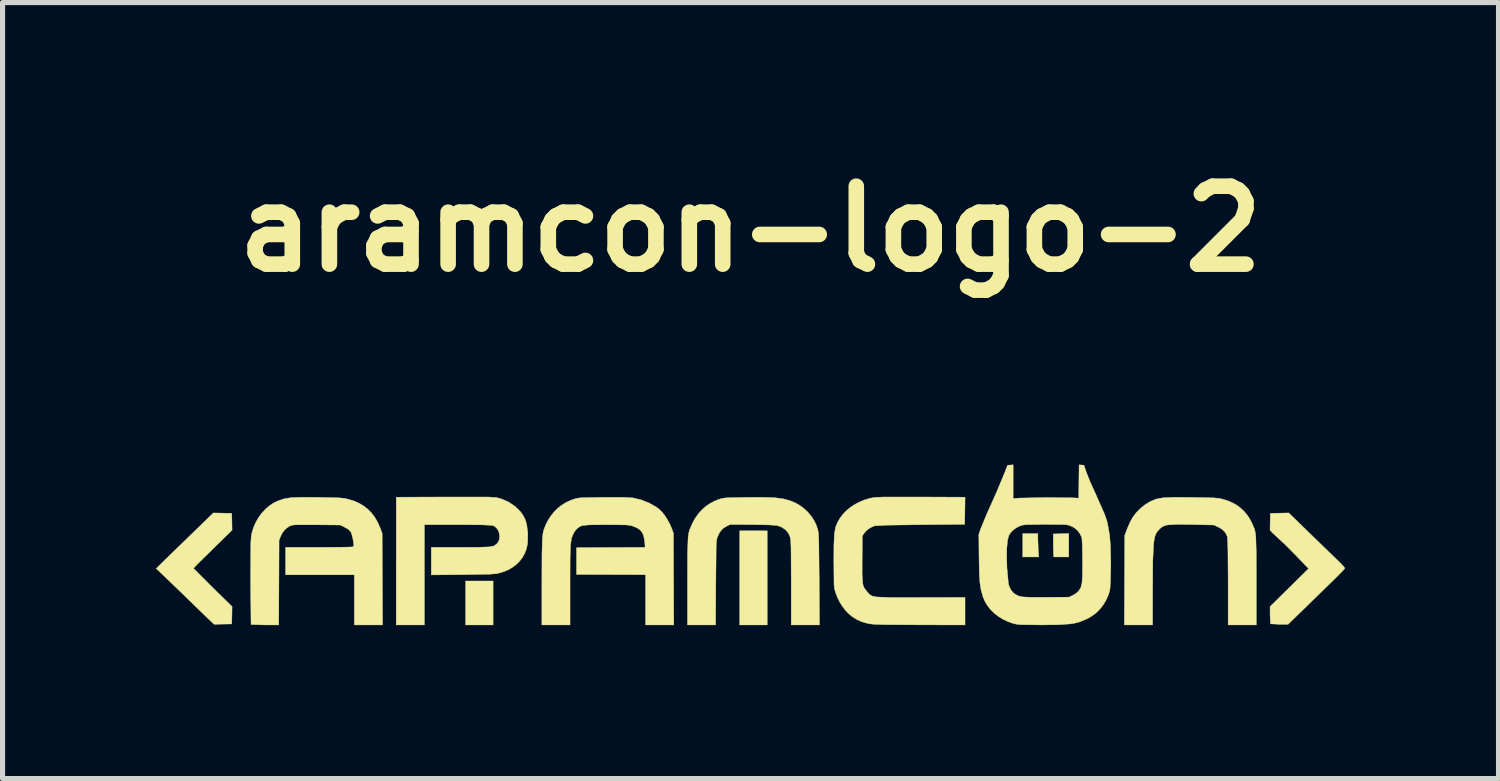
<source format=kicad_pcb>
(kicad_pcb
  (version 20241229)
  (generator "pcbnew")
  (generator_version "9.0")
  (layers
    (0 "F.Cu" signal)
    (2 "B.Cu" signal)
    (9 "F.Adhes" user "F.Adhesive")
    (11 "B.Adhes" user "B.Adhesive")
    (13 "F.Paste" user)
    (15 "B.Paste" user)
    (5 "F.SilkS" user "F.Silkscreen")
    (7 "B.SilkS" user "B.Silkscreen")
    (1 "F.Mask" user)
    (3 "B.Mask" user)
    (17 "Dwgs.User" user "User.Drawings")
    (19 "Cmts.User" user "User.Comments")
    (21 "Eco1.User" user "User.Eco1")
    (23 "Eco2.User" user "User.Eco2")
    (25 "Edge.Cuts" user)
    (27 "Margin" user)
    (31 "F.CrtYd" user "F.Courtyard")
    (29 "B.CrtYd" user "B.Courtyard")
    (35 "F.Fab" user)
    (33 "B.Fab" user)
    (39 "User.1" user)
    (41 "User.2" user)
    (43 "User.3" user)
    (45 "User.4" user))
  (footprint "aramcon-logo-2"
    (layer "F.Cu")
    (at 11.629 7.607)
    (property "Reference" "aramcon-logo-2" (at 0 -6.18 0) (layer "F.SilkS") (effects (font (size 1.524 1.524) (thickness 0.305))))
    (attr smd)
    (fp_poly (pts (xy -5.572 1.136) (xy -5.572 0.706) (xy -5.304 0.706) (xy -5.035 0.706) (xy -5.035 1.136) (xy -5.035 1.566) (xy -5.304 1.566) (xy -5.572 1.566) (xy -5.572 1.136)) (stroke (width 0.008) (type solid)) (fill yes) (layer "F.SilkS"))
    (fp_poly (pts (xy -0.212 0.646) (xy -0.212 -0.275) (xy 0.057 -0.275) (xy 0.326 -0.275) (xy 0.326 0.646) (xy 0.326 1.566) (xy 0.057 1.566) (xy -0.212 1.566) (xy -0.212 0.646)) (stroke (width 0.008) (type solid)) (fill yes) (layer "F.SilkS"))
    (fp_poly (pts (xy 5.925 0.185) (xy 5.92 -0.04) (xy 5.922 -0.214) (xy 6.073 -0.218) (xy 6.224 -0.222) (xy 6.224 0.007) (xy 6.224 0.236) (xy 6.078 0.236) (xy 5.931 0.236) (xy 5.925 0.186) (xy 5.925 0.185)) (stroke (width 0.008) (type solid)) (fill yes) (layer "F.SilkS"))
    (fp_poly (pts (xy 5.324 0.007) (xy 5.324 -0.221) (xy 5.472 -0.221) (xy 5.619 -0.221) (xy 5.62 -0.103) (xy 5.628 0.125) (xy 5.637 0.236) (xy 5.48 0.236) (xy 5.324 0.236) (xy 5.324 0.007) (xy 5.324 0.007) (xy 5.324 0.007)) (stroke (width 0.008) (type solid)) (fill yes) (layer "F.SilkS"))
    (fp_poly (pts (xy -10.615 1.436) (xy -11.055 1.009) (xy -11.498 0.581) (xy -11.625 0.462) (xy -11.423 0.265) (xy -10.863 -0.279) (xy -10.506 -0.625) (xy -10.326 -0.621) (xy -10.147 -0.617) (xy -10.143 -0.453) (xy -10.14 -0.289) (xy -10.446 0.01) (xy -10.824 0.382) (xy -10.881 0.442) (xy -10.893 0.461) (xy -10.516 0.839) (xy -10.14 1.206) (xy -10.143 1.376) (xy -10.147 1.546) (xy -10.319 1.549) (xy -10.491 1.553) (xy -10.615 1.436) (xy -10.615 1.436)) (stroke (width 0.008) (type solid)) (fill yes) (layer "F.SilkS"))
    (fp_poly (pts (xy 10.169 1.543) (xy 10.161 1.371) (xy 10.161 1.206) (xy 10.538 0.835) (xy 10.915 0.464) (xy 10.669 0.209) (xy 10.472 0.009) (xy 10.341 -0.113) (xy 10.209 -0.235) (xy 10.16 -0.289) (xy 10.163 -0.453) (xy 10.167 -0.617) (xy 10.347 -0.621) (xy 10.527 -0.625) (xy 10.696 -0.46) (xy 11.121 -0.046) (xy 11.501 0.32) (xy 11.588 0.409) (xy 11.625 0.456) (xy 11.581 0.508) (xy 11.429 0.661) (xy 10.669 1.401) (xy 10.513 1.553) (xy 10.346 1.553) (xy 10.169 1.544) (xy 10.169 1.544) (xy 10.169 1.543)) (stroke (width 0.008) (type solid)) (fill yes) (layer "F.SilkS"))
    (fp_poly (pts (xy -6.929 0.316) (xy -6.929 -0.933) (xy -6.187 -0.936) (xy -5.124 -0.936) (xy -4.965 -0.925) (xy -4.878 -0.901) (xy -4.734 -0.839) (xy -4.607 -0.754) (xy -4.501 -0.65) (xy -4.458 -0.592) (xy -4.424 -0.532) (xy -4.398 -0.469) (xy -4.378 -0.395) (xy -4.356 -0.228) (xy -4.359 -0.057) (xy -4.37 0.022) (xy -4.389 0.094) (xy -4.422 0.176) (xy -4.466 0.253) (xy -4.52 0.322) (xy -4.583 0.384) (xy -4.655 0.438) (xy -4.735 0.485) (xy -4.824 0.523) (xy -4.921 0.552) (xy -4.992 0.565) (xy -5.108 0.573) (xy -5.63 0.582) (xy -6.244 0.587) (xy -6.244 0.318) (xy -6.244 0.048) (xy -5.669 0.048) (xy -5.311 0.046) (xy -5.113 0.039) (xy -5.018 0.02) (xy -4.966 -0.016) (xy -4.932 -0.059) (xy -4.913 -0.11) (xy -4.907 -0.166) (xy -4.913 -0.222) (xy -4.931 -0.276) (xy -4.96 -0.322) (xy -4.998 -0.359) (xy -5.046 -0.382) (xy -5.255 -0.392) (xy -5.737 -0.396) (xy -6.379 -0.396) (xy -6.379 0.585) (xy -6.379 1.566) (xy -6.654 1.566) (xy -6.93 1.566) (xy -6.93 0.316) (xy -6.929 0.316)) (stroke (width 0.008) (type solid)) (fill yes) (layer "F.SilkS"))
    (fp_poly (pts (xy 7.315 0.689) (xy 7.319 -0.187) (xy 7.369 -0.32) (xy 7.42 -0.438) (xy 7.474 -0.538) (xy 7.543 -0.629) (xy 7.628 -0.715) (xy 7.72 -0.789) (xy 7.812 -0.845) (xy 7.93 -0.895) (xy 8.064 -0.921) (xy 8.273 -0.931) (xy 8.615 -0.929) (xy 9.058 -0.92) (xy 9.156 -0.911) (xy 9.23 -0.895) (xy 9.329 -0.865) (xy 9.419 -0.826) (xy 9.503 -0.78) (xy 9.578 -0.726) (xy 9.646 -0.663) (xy 9.707 -0.593) (xy 9.76 -0.514) (xy 9.806 -0.427) (xy 9.857 -0.308) (xy 9.872 -0.242) (xy 9.882 -0.155) (xy 9.891 0.142) (xy 9.892 0.695) (xy 9.892 1.566) (xy 9.616 1.566) (xy 9.341 1.566) (xy 9.341 0.73) (xy 9.337 0.11) (xy 9.328 -0.153) (xy 9.304 -0.212) (xy 9.267 -0.264) (xy 9.218 -0.308) (xy 9.155 -0.345) (xy 9.066 -0.389) (xy 8.643 -0.398) (xy 8.338 -0.402) (xy 8.159 -0.391) (xy 8.102 -0.377) (xy 8.057 -0.357) (xy 8.019 -0.329) (xy 7.981 -0.292) (xy 7.946 -0.249) (xy 7.918 -0.196) (xy 7.898 -0.123) (xy 7.883 -0.02) (xy 7.867 0.315) (xy 7.864 0.891) (xy 7.863 1.566) (xy 7.587 1.566) (xy 7.311 1.566) (xy 7.315 0.689) (xy 7.315 0.689)) (stroke (width 0.008) (type solid)) (fill yes) (layer "F.SilkS"))
    (fp_poly (pts (xy -1.233 0.711) (xy -1.232 0.157) (xy -1.221 -0.14) (xy -1.209 -0.229) (xy -1.191 -0.297) (xy -1.131 -0.433) (xy -1.088 -0.512) (xy -1.038 -0.585) (xy -0.982 -0.653) (xy -0.92 -0.715) (xy -0.852 -0.77) (xy -0.78 -0.817) (xy -0.704 -0.857) (xy -0.624 -0.889) (xy -0.553 -0.91) (xy -0.47 -0.921) (xy -0.051 -0.93) (xy 0.269 -0.93) (xy 0.49 -0.921) (xy 0.649 -0.899) (xy 0.784 -0.861) (xy 0.877 -0.821) (xy 0.965 -0.771) (xy 1.046 -0.71) (xy 1.12 -0.641) (xy 1.185 -0.564) (xy 1.24 -0.481) (xy 1.284 -0.392) (xy 1.315 -0.3) (xy 1.328 -0.226) (xy 1.335 -0.079) (xy 1.343 0.676) (xy 1.348 1.566) (xy 1.072 1.566) (xy 0.796 1.566) (xy 0.796 0.742) (xy 0.792 0.054) (xy 0.786 -0.086) (xy 0.775 -0.152) (xy 0.74 -0.231) (xy 0.685 -0.296) (xy 0.612 -0.346) (xy 0.52 -0.38) (xy 0.362 -0.391) (xy 0.034 -0.397) (xy -0.4 -0.399) (xy -0.474 -0.363) (xy -0.53 -0.328) (xy -0.577 -0.282) (xy -0.617 -0.222) (xy -0.65 -0.147) (xy -0.664 -0.09) (xy -0.672 0.034) (xy -0.679 0.743) (xy -0.683 1.566) (xy -0.958 1.566) (xy -1.233 1.566) (xy -1.233 0.711) (xy -1.233 0.711)) (stroke (width 0.008) (type solid)) (fill yes) (layer "F.SilkS"))
    (fp_poly (pts (xy 2.336 1.544) (xy 2.24 1.523) (xy 2.152 1.493) (xy 2.071 1.455) (xy 1.996 1.408) (xy 1.927 1.352) (xy 1.863 1.287) (xy 1.804 1.211) (xy 1.749 1.126) (xy 1.701 1.031) (xy 1.662 0.93) (xy 1.643 0.862) (xy 1.633 0.774) (xy 1.629 0.319) (xy 1.631 -0.013) (xy 1.641 -0.218) (xy 1.663 -0.345) (xy 1.702 -0.442) (xy 1.749 -0.522) (xy 1.805 -0.597) (xy 1.872 -0.666) (xy 1.947 -0.73) (xy 2.031 -0.786) (xy 2.121 -0.835) (xy 2.218 -0.876) (xy 2.321 -0.908) (xy 2.417 -0.927) (xy 2.584 -0.936) (xy 3.52 -0.936) (xy 4.196 -0.933) (xy 4.192 -0.668) (xy 4.188 -0.402) (xy 3.328 -0.395) (xy 2.659 -0.386) (xy 2.424 -0.373) (xy 2.363 -0.346) (xy 2.308 -0.313) (xy 2.262 -0.275) (xy 2.226 -0.233) (xy 2.186 -0.176) (xy 2.183 0.273) (xy 2.182 0.576) (xy 2.193 0.747) (xy 2.205 0.801) (xy 2.223 0.843) (xy 2.282 0.919) (xy 2.316 0.958) (xy 2.35 0.986) (xy 2.398 1.006) (xy 2.472 1.019) (xy 2.76 1.03) (xy 3.325 1.029) (xy 4.195 1.027) (xy 4.195 1.296) (xy 4.195 1.566) (xy 3.319 1.564) (xy 2.598 1.559) (xy 2.427 1.553) (xy 2.336 1.544) (xy 2.336 1.544) (xy 2.336 1.544)) (stroke (width 0.008) (type solid)) (fill yes) (layer "F.SilkS"))
    (fp_poly (pts (xy -9.769 1.557) (xy -9.778 0.706) (xy -9.774 -0.029) (xy -9.766 -0.164) (xy -9.751 -0.242) (xy -9.718 -0.347) (xy -9.673 -0.447) (xy -9.618 -0.541) (xy -9.554 -0.627) (xy -9.481 -0.704) (xy -9.402 -0.771) (xy -9.318 -0.825) (xy -9.229 -0.866) (xy -9.112 -0.904) (xy -8.98 -0.924) (xy -8.784 -0.931) (xy -8.47 -0.93) (xy -8.043 -0.92) (xy -7.945 -0.91) (xy -7.87 -0.894) (xy -7.76 -0.86) (xy -7.659 -0.816) (xy -7.568 -0.762) (xy -7.487 -0.699) (xy -7.414 -0.625) (xy -7.35 -0.541) (xy -7.295 -0.446) (xy -7.248 -0.341) (xy -7.205 -0.228) (xy -7.201 0.669) (xy -7.197 1.566) (xy -7.473 1.566) (xy -7.749 1.566) (xy -7.749 1.075) (xy -7.749 0.585) (xy -8.421 0.585) (xy -9.093 0.585) (xy -9.093 0.316) (xy -9.093 0.048) (xy -8.429 0.048) (xy -7.912 0.044) (xy -7.797 0.04) (xy -7.76 0.032) (xy -7.761 -0.021) (xy -7.775 -0.109) (xy -7.797 -0.199) (xy -7.818 -0.257) (xy -7.861 -0.301) (xy -7.935 -0.345) (xy -8.024 -0.389) (xy -8.49 -0.393) (xy -8.899 -0.393) (xy -8.971 -0.385) (xy -9.011 -0.369) (xy -9.068 -0.333) (xy -9.117 -0.288) (xy -9.158 -0.233) (xy -9.189 -0.171) (xy -9.221 -0.093) (xy -9.224 0.736) (xy -9.228 1.566) (xy -9.494 1.566) (xy -9.769 1.557) (xy -9.769 1.557)) (stroke (width 0.008) (type solid)) (fill yes) (layer "F.SilkS"))
    (fp_poly (pts (xy -4.081 0.716) (xy -4.079 0.167) (xy -4.07 -0.134) (xy -4.059 -0.225) (xy -4.044 -0.293) (xy -3.995 -0.414) (xy -3.95 -0.498) (xy -3.899 -0.575) (xy -3.841 -0.646) (xy -3.778 -0.71) (xy -3.708 -0.766) (xy -3.634 -0.815) (xy -3.554 -0.856) (xy -3.47 -0.889) (xy -3.4 -0.91) (xy -3.315 -0.922) (xy -2.881 -0.93) (xy -2.5 -0.93) (xy -2.304 -0.92) (xy -2.143 -0.882) (xy -1.985 -0.82) (xy -1.847 -0.742) (xy -1.789 -0.699) (xy -1.741 -0.654) (xy -1.684 -0.584) (xy -1.628 -0.497) (xy -1.578 -0.405) (xy -1.539 -0.315) (xy -1.508 -0.228) (xy -1.505 0.669) (xy -1.501 1.566) (xy -1.777 1.566) (xy -2.052 1.566) (xy -2.052 1.076) (xy -2.052 0.585) (xy -2.096 0.583) (xy -2.771 0.58) (xy -3.403 0.578) (xy -3.403 0.316) (xy -3.403 0.054) (xy -2.732 0.051) (xy -2.062 0.048) (xy -2.069 -0.06) (xy -2.089 -0.175) (xy -2.108 -0.222) (xy -2.133 -0.262) (xy -2.165 -0.296) (xy -2.205 -0.325) (xy -2.31 -0.37) (xy -2.366 -0.384) (xy -2.448 -0.391) (xy -2.814 -0.395) (xy -3.144 -0.392) (xy -3.289 -0.38) (xy -3.341 -0.358) (xy -3.388 -0.324) (xy -3.429 -0.28) (xy -3.461 -0.228) (xy -3.501 -0.135) (xy -3.521 0.003) (xy -3.529 0.274) (xy -3.53 0.77) (xy -3.53 1.566) (xy -3.806 1.566) (xy -4.081 1.566) (xy -4.081 0.716) (xy -4.081 0.716) (xy -4.081 0.716)) (stroke (width 0.008) (type solid)) (fill yes) (layer "F.SilkS"))
    (fp_poly (pts (xy 6.308 0.984) (xy 7.04 0.713) (xy 7.032 0.837) (xy 7.022 0.909) (xy 6.991 0.997) (xy 6.953 1.08) (xy 6.908 1.157) (xy 6.856 1.228) (xy 6.797 1.293) (xy 6.733 1.35) (xy 6.662 1.4) (xy 6.586 1.443) (xy 6.433 1.507) (xy 6.354 1.528) (xy 6.265 1.544) (xy 6.031 1.561) (xy 5.68 1.565) (xy 5.293 1.56) (xy 5.206 1.552) (xy 5.142 1.537) (xy 5.142 1.537) (xy 5.142 1.538) (xy 5.037 1.501) (xy 4.939 1.455) (xy 4.848 1.399) (xy 4.766 1.335) (xy 4.694 1.263) (xy 4.632 1.185) (xy 4.582 1.1) (xy 4.545 1.011) (xy 4.508 0.88) (xy 4.486 0.738) (xy 4.474 0.541) (xy 4.469 0.246) (xy 4.465 -0.207) (xy 4.503 -0.318) (xy 4.624 -0.611) (xy 4.821 -1.052) (xy 4.975 -1.423) (xy 5.026 -1.558) (xy 5.081 -1.562) (xy 5.136 -1.566) (xy 5.136 -1.236) (xy 5.136 -0.906) (xy 5.26 -0.916) (xy 5.791 -0.926) (xy 6.325 -0.92) (xy 6.419 -0.913) (xy 6.422 -1.24) (xy 6.426 -1.566) (xy 6.473 -1.562) (xy 6.521 -1.558) (xy 6.567 -1.42) (xy 6.638 -1.242) (xy 6.743 -1.01) (xy 6.922 -0.606) (xy 6.969 -0.471) (xy 6.99 -0.375) (xy 7.022 -0.19) (xy 7.04 0.032) (xy 7.046 0.377) (xy 7.04 0.713) (xy 6.308 0.984) (xy 6.373 0.944) (xy 6.42 0.9) (xy 6.46 0.834) (xy 6.483 0.742) (xy 6.492 0.583) (xy 6.493 0.316) (xy 6.489 0.013) (xy 6.48 -0.138) (xy 6.446 -0.216) (xy 6.394 -0.284) (xy 6.328 -0.339) (xy 6.249 -0.377) (xy 6.198 -0.391) (xy 6.12 -0.398) (xy 5.76 -0.401) (xy 5.393 -0.396) (xy 5.32 -0.387) (xy 5.268 -0.371) (xy 5.197 -0.335) (xy 5.133 -0.287) (xy 5.082 -0.234) (xy 5.049 -0.178) (xy 5.026 -0.082) (xy 5.012 0.061) (xy 5.009 0.242) (xy 5.015 0.451) (xy 5.044 0.767) (xy 5.064 0.826) (xy 5.094 0.882) (xy 5.13 0.928) (xy 5.168 0.96) (xy 5.239 0.999) (xy 5.329 1.018) (xy 5.489 1.025) (xy 5.774 1.025) (xy 6.231 1.022) (xy 6.308 0.984) (xy 6.308 0.984)) (stroke (width 0.008) (type solid)) (fill yes) (layer "F.SilkS")))
  (gr_rect
    (start -3 -3)
    (end 26.258 12.177)
    (stroke (width 0.1) (type default))
    (fill no)
    (layer "Edge.Cuts")))
</source>
